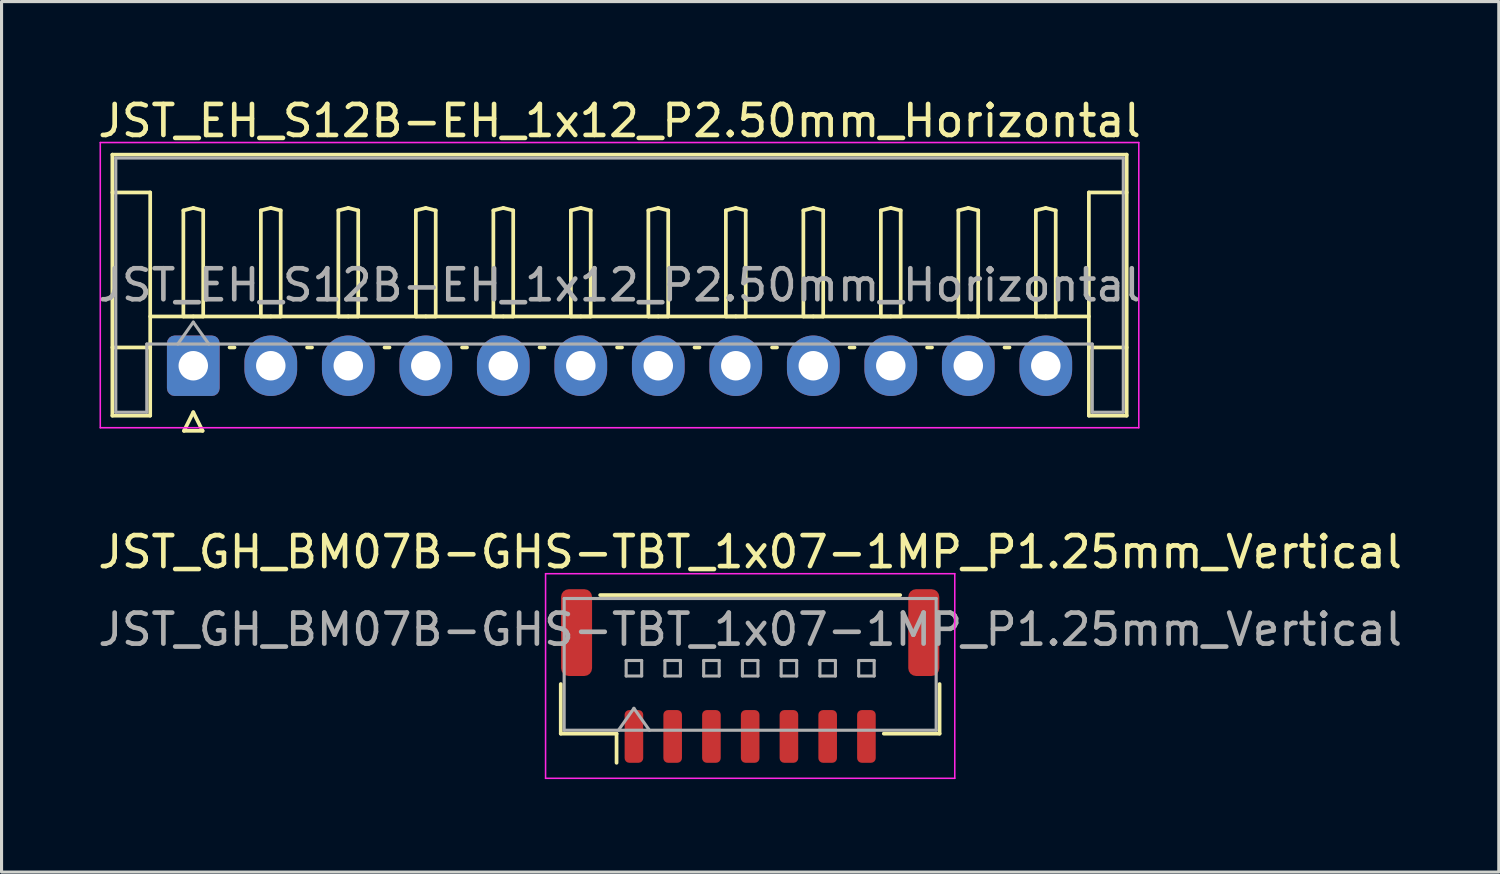
<source format=kicad_pcb>
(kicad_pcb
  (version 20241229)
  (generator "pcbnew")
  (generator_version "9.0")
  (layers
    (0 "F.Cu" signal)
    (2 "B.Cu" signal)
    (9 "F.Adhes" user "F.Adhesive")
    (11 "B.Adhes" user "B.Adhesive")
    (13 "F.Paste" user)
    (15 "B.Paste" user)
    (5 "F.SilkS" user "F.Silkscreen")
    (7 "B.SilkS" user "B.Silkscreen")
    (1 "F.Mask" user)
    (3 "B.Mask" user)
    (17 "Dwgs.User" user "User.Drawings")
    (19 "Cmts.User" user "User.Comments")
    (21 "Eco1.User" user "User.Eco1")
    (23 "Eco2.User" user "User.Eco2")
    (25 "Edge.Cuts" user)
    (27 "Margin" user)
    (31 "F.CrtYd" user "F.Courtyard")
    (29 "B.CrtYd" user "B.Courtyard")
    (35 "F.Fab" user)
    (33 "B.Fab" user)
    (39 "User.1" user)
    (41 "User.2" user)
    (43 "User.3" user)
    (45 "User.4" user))
  (footprint "JST_GH_BM07B-GHS-TBT_1x07-1MP_P1.25mm_Vertical"
    (layer "F.Cu")
    (at 21.149 18.756)
    (property "Reference" "JST_GH_BM07B-GHS-TBT_1x07-1MP_P1.25mm_Vertical" (at 0 -4 0) (layer "F.SilkS") (effects (font (size 1 1) (thickness 0.15))))
    (attr smd)
    (fp_line (start -6.11 0.26) (end -6.11 1.86) (stroke (width 0.12) (type solid)) (layer "F.SilkS"))
    (fp_line (start -6.11 1.86) (end -4.31 1.86) (stroke (width 0.12) (type solid)) (layer "F.SilkS"))
    (fp_line (start -4.84 -2.61) (end 4.84 -2.61) (stroke (width 0.12) (type solid)) (layer "F.SilkS"))
    (fp_line (start -4.31 1.86) (end -4.31 2.8) (stroke (width 0.12) (type solid)) (layer "F.SilkS"))
    (fp_line (start 6.11 0.26) (end 6.11 1.86) (stroke (width 0.12) (type solid)) (layer "F.SilkS"))
    (fp_line (start 6.11 1.86) (end 4.31 1.86) (stroke (width 0.12) (type solid)) (layer "F.SilkS"))
    (fp_line (start -6.6 -3.3) (end -6.6 3.3) (stroke (width 0.05) (type solid)) (layer "F.CrtYd"))
    (fp_line (start -6.6 3.3) (end 6.6 3.3) (stroke (width 0.05) (type solid)) (layer "F.CrtYd"))
    (fp_line (start 6.6 -3.3) (end -6.6 -3.3) (stroke (width 0.05) (type solid)) (layer "F.CrtYd"))
    (fp_line (start 6.6 3.3) (end 6.6 -3.3) (stroke (width 0.05) (type solid)) (layer "F.CrtYd"))
    (fp_line (start -6 -2.5) (end 6 -2.5) (stroke (width 0.1) (type solid)) (layer "F.Fab"))
    (fp_line (start -6 1.75) (end -6 -2.5) (stroke (width 0.1) (type solid)) (layer "F.Fab"))
    (fp_line (start -6 1.75) (end 6 1.75) (stroke (width 0.1) (type solid)) (layer "F.Fab"))
    (fp_line (start -4.25 1.75) (end -3.75 1.043) (stroke (width 0.1) (type solid)) (layer "F.Fab"))
    (fp_line (start -4 -0.5) (end -4 0) (stroke (width 0.1) (type solid)) (layer "F.Fab"))
    (fp_line (start -4 0) (end -3.5 0) (stroke (width 0.1) (type solid)) (layer "F.Fab"))
    (fp_line (start -3.75 1.043) (end -3.25 1.75) (stroke (width 0.1) (type solid)) (layer "F.Fab"))
    (fp_line (start -3.5 -0.5) (end -4 -0.5) (stroke (width 0.1) (type solid)) (layer "F.Fab"))
    (fp_line (start -3.5 0) (end -3.5 -0.5) (stroke (width 0.1) (type solid)) (layer "F.Fab"))
    (fp_line (start -2.75 -0.5) (end -2.75 0) (stroke (width 0.1) (type solid)) (layer "F.Fab"))
    (fp_line (start -2.75 0) (end -2.25 0) (stroke (width 0.1) (type solid)) (layer "F.Fab"))
    (fp_line (start -2.25 -0.5) (end -2.75 -0.5) (stroke (width 0.1) (type solid)) (layer "F.Fab"))
    (fp_line (start -2.25 0) (end -2.25 -0.5) (stroke (width 0.1) (type solid)) (layer "F.Fab"))
    (fp_line (start -1.5 -0.5) (end -1.5 0) (stroke (width 0.1) (type solid)) (layer "F.Fab"))
    (fp_line (start -1.5 0) (end -1 0) (stroke (width 0.1) (type solid)) (layer "F.Fab"))
    (fp_line (start -1 -0.5) (end -1.5 -0.5) (stroke (width 0.1) (type solid)) (layer "F.Fab"))
    (fp_line (start -1 0) (end -1 -0.5) (stroke (width 0.1) (type solid)) (layer "F.Fab"))
    (fp_line (start -0.25 -0.5) (end -0.25 0) (stroke (width 0.1) (type solid)) (layer "F.Fab"))
    (fp_line (start -0.25 0) (end 0.25 0) (stroke (width 0.1) (type solid)) (layer "F.Fab"))
    (fp_line (start 0.25 -0.5) (end -0.25 -0.5) (stroke (width 0.1) (type solid)) (layer "F.Fab"))
    (fp_line (start 0.25 0) (end 0.25 -0.5) (stroke (width 0.1) (type solid)) (layer "F.Fab"))
    (fp_line (start 1 -0.5) (end 1 0) (stroke (width 0.1) (type solid)) (layer "F.Fab"))
    (fp_line (start 1 0) (end 1.5 0) (stroke (width 0.1) (type solid)) (layer "F.Fab"))
    (fp_line (start 1.5 -0.5) (end 1 -0.5) (stroke (width 0.1) (type solid)) (layer "F.Fab"))
    (fp_line (start 1.5 0) (end 1.5 -0.5) (stroke (width 0.1) (type solid)) (layer "F.Fab"))
    (fp_line (start 2.25 -0.5) (end 2.25 0) (stroke (width 0.1) (type solid)) (layer "F.Fab"))
    (fp_line (start 2.25 0) (end 2.75 0) (stroke (width 0.1) (type solid)) (layer "F.Fab"))
    (fp_line (start 2.75 -0.5) (end 2.25 -0.5) (stroke (width 0.1) (type solid)) (layer "F.Fab"))
    (fp_line (start 2.75 0) (end 2.75 -0.5) (stroke (width 0.1) (type solid)) (layer "F.Fab"))
    (fp_line (start 3.5 -0.5) (end 3.5 0) (stroke (width 0.1) (type solid)) (layer "F.Fab"))
    (fp_line (start 3.5 0) (end 4 0) (stroke (width 0.1) (type solid)) (layer "F.Fab"))
    (fp_line (start 4 -0.5) (end 3.5 -0.5) (stroke (width 0.1) (type solid)) (layer "F.Fab"))
    (fp_line (start 4 0) (end 4 -0.5) (stroke (width 0.1) (type solid)) (layer "F.Fab"))
    (fp_line (start 6 1.75) (end 6 -2.5) (stroke (width 0.1) (type solid)) (layer "F.Fab"))
    (fp_text user "${REFERENCE}" (at 0 -1.5 0) (layer "F.Fab") (effects (font (size 1 1) (thickness 0.15))))
    (pad "1" smd roundrect (at -3.75 1.95) (size 0.6 1.7) (layers "F.Cu" "F.Mask" "F.Paste") (roundrect_rratio 0.25))
    (pad "2" smd roundrect (at -2.5 1.95) (size 0.6 1.7) (layers "F.Cu" "F.Mask" "F.Paste") (roundrect_rratio 0.25))
    (pad "3" smd roundrect (at -1.25 1.95) (size 0.6 1.7) (layers "F.Cu" "F.Mask" "F.Paste") (roundrect_rratio 0.25))
    (pad "4" smd roundrect (at 0 1.95) (size 0.6 1.7) (layers "F.Cu" "F.Mask" "F.Paste") (roundrect_rratio 0.25))
    (pad "5" smd roundrect (at 1.25 1.95) (size 0.6 1.7) (layers "F.Cu" "F.Mask" "F.Paste") (roundrect_rratio 0.25))
    (pad "6" smd roundrect (at 2.5 1.95) (size 0.6 1.7) (layers "F.Cu" "F.Mask" "F.Paste") (roundrect_rratio 0.25))
    (pad "7" smd roundrect (at 3.75 1.95) (size 0.6 1.7) (layers "F.Cu" "F.Mask" "F.Paste") (roundrect_rratio 0.25))
    (pad "MP" smd roundrect (at -5.6 -1.4) (size 1 2.8) (layers "F.Cu" "F.Mask" "F.Paste") (roundrect_rratio 0.25))
    (pad "MP" smd roundrect (at 5.6 -1.4) (size 1 2.8) (layers "F.Cu" "F.Mask" "F.Paste") (roundrect_rratio 0.25)))
  (footprint "JST_EH_S12B-EH_1x12_P2.50mm_Horizontal"
    (layer "F.Cu")
    (at 3.185 8.748)
    (property "Reference" "JST_EH_S12B-EH_1x12_P2.50mm_Horizontal" (at 13.75 -7.9 0) (layer "F.SilkS") (effects (font (size 1 1) (thickness 0.15))))
    (attr through_hole)
    (fp_line (start -2.61 -6.81) (end 30.11 -6.81) (stroke (width 0.12) (type solid)) (layer "F.SilkS"))
    (fp_line (start -2.61 -5.59) (end -1.39 -5.59) (stroke (width 0.12) (type solid)) (layer "F.SilkS"))
    (fp_line (start -2.61 1.61) (end -2.61 -6.81) (stroke (width 0.12) (type solid)) (layer "F.SilkS"))
    (fp_line (start -1.39 -5.59) (end -1.39 -0.59) (stroke (width 0.12) (type solid)) (layer "F.SilkS"))
    (fp_line (start -1.39 -1.59) (end 28.89 -1.59) (stroke (width 0.12) (type solid)) (layer "F.SilkS"))
    (fp_line (start -1.39 -0.59) (end -2.61 -0.59) (stroke (width 0.12) (type solid)) (layer "F.SilkS"))
    (fp_line (start -1.39 -0.59) (end -1.39 1.61) (stroke (width 0.12) (type solid)) (layer "F.SilkS"))
    (fp_line (start -1.39 1.61) (end -2.61 1.61) (stroke (width 0.12) (type solid)) (layer "F.SilkS"))
    (fp_line (start -0.32 -5.01) (end 0 -5.09) (stroke (width 0.12) (type solid)) (layer "F.SilkS"))
    (fp_line (start -0.32 -1.59) (end -0.32 -5.01) (stroke (width 0.12) (type solid)) (layer "F.SilkS"))
    (fp_line (start -0.3 2.1) (end 0.3 2.1) (stroke (width 0.12) (type solid)) (layer "F.SilkS"))
    (fp_line (start 0 -5.09) (end 0.32 -5.01) (stroke (width 0.12) (type solid)) (layer "F.SilkS"))
    (fp_line (start 0 -1.59) (end -0.32 -1.59) (stroke (width 0.12) (type solid)) (layer "F.SilkS"))
    (fp_line (start 0 1.5) (end -0.3 2.1) (stroke (width 0.12) (type solid)) (layer "F.SilkS"))
    (fp_line (start 0.3 2.1) (end 0 1.5) (stroke (width 0.12) (type solid)) (layer "F.SilkS"))
    (fp_line (start 0.32 -5.01) (end 0.32 -1.59) (stroke (width 0.12) (type solid)) (layer "F.SilkS"))
    (fp_line (start 0.32 -1.59) (end 0 -1.59) (stroke (width 0.12) (type solid)) (layer "F.SilkS"))
    (fp_line (start 1.17 -0.59) (end 1.33 -0.59) (stroke (width 0.12) (type solid)) (layer "F.SilkS"))
    (fp_line (start 2.18 -5.01) (end 2.5 -5.09) (stroke (width 0.12) (type solid)) (layer "F.SilkS"))
    (fp_line (start 2.18 -1.59) (end 2.18 -5.01) (stroke (width 0.12) (type solid)) (layer "F.SilkS"))
    (fp_line (start 2.5 -5.09) (end 2.82 -5.01) (stroke (width 0.12) (type solid)) (layer "F.SilkS"))
    (fp_line (start 2.5 -1.59) (end 2.18 -1.59) (stroke (width 0.12) (type solid)) (layer "F.SilkS"))
    (fp_line (start 2.82 -5.01) (end 2.82 -1.59) (stroke (width 0.12) (type solid)) (layer "F.SilkS"))
    (fp_line (start 2.82 -1.59) (end 2.5 -1.59) (stroke (width 0.12) (type solid)) (layer "F.SilkS"))
    (fp_line (start 3.67 -0.59) (end 3.83 -0.59) (stroke (width 0.12) (type solid)) (layer "F.SilkS"))
    (fp_line (start 4.68 -5.01) (end 5 -5.09) (stroke (width 0.12) (type solid)) (layer "F.SilkS"))
    (fp_line (start 4.68 -1.59) (end 4.68 -5.01) (stroke (width 0.12) (type solid)) (layer "F.SilkS"))
    (fp_line (start 5 -5.09) (end 5.32 -5.01) (stroke (width 0.12) (type solid)) (layer "F.SilkS"))
    (fp_line (start 5 -1.59) (end 4.68 -1.59) (stroke (width 0.12) (type solid)) (layer "F.SilkS"))
    (fp_line (start 5.32 -5.01) (end 5.32 -1.59) (stroke (width 0.12) (type solid)) (layer "F.SilkS"))
    (fp_line (start 5.32 -1.59) (end 5 -1.59) (stroke (width 0.12) (type solid)) (layer "F.SilkS"))
    (fp_line (start 6.17 -0.59) (end 6.33 -0.59) (stroke (width 0.12) (type solid)) (layer "F.SilkS"))
    (fp_line (start 7.18 -5.01) (end 7.5 -5.09) (stroke (width 0.12) (type solid)) (layer "F.SilkS"))
    (fp_line (start 7.18 -1.59) (end 7.18 -5.01) (stroke (width 0.12) (type solid)) (layer "F.SilkS"))
    (fp_line (start 7.5 -5.09) (end 7.82 -5.01) (stroke (width 0.12) (type solid)) (layer "F.SilkS"))
    (fp_line (start 7.5 -1.59) (end 7.18 -1.59) (stroke (width 0.12) (type solid)) (layer "F.SilkS"))
    (fp_line (start 7.82 -5.01) (end 7.82 -1.59) (stroke (width 0.12) (type solid)) (layer "F.SilkS"))
    (fp_line (start 7.82 -1.59) (end 7.5 -1.59) (stroke (width 0.12) (type solid)) (layer "F.SilkS"))
    (fp_line (start 8.67 -0.59) (end 8.83 -0.59) (stroke (width 0.12) (type solid)) (layer "F.SilkS"))
    (fp_line (start 9.68 -5.01) (end 10 -5.09) (stroke (width 0.12) (type solid)) (layer "F.SilkS"))
    (fp_line (start 9.68 -1.59) (end 9.68 -5.01) (stroke (width 0.12) (type solid)) (layer "F.SilkS"))
    (fp_line (start 10 -5.09) (end 10.32 -5.01) (stroke (width 0.12) (type solid)) (layer "F.SilkS"))
    (fp_line (start 10 -1.59) (end 9.68 -1.59) (stroke (width 0.12) (type solid)) (layer "F.SilkS"))
    (fp_line (start 10.32 -5.01) (end 10.32 -1.59) (stroke (width 0.12) (type solid)) (layer "F.SilkS"))
    (fp_line (start 10.32 -1.59) (end 10 -1.59) (stroke (width 0.12) (type solid)) (layer "F.SilkS"))
    (fp_line (start 11.17 -0.59) (end 11.33 -0.59) (stroke (width 0.12) (type solid)) (layer "F.SilkS"))
    (fp_line (start 12.18 -5.01) (end 12.5 -5.09) (stroke (width 0.12) (type solid)) (layer "F.SilkS"))
    (fp_line (start 12.18 -1.59) (end 12.18 -5.01) (stroke (width 0.12) (type solid)) (layer "F.SilkS"))
    (fp_line (start 12.5 -5.09) (end 12.82 -5.01) (stroke (width 0.12) (type solid)) (layer "F.SilkS"))
    (fp_line (start 12.5 -1.59) (end 12.18 -1.59) (stroke (width 0.12) (type solid)) (layer "F.SilkS"))
    (fp_line (start 12.82 -5.01) (end 12.82 -1.59) (stroke (width 0.12) (type solid)) (layer "F.SilkS"))
    (fp_line (start 12.82 -1.59) (end 12.5 -1.59) (stroke (width 0.12) (type solid)) (layer "F.SilkS"))
    (fp_line (start 13.67 -0.59) (end 13.83 -0.59) (stroke (width 0.12) (type solid)) (layer "F.SilkS"))
    (fp_line (start 14.68 -5.01) (end 15 -5.09) (stroke (width 0.12) (type solid)) (layer "F.SilkS"))
    (fp_line (start 14.68 -1.59) (end 14.68 -5.01) (stroke (width 0.12) (type solid)) (layer "F.SilkS"))
    (fp_line (start 15 -5.09) (end 15.32 -5.01) (stroke (width 0.12) (type solid)) (layer "F.SilkS"))
    (fp_line (start 15 -1.59) (end 14.68 -1.59) (stroke (width 0.12) (type solid)) (layer "F.SilkS"))
    (fp_line (start 15.32 -5.01) (end 15.32 -1.59) (stroke (width 0.12) (type solid)) (layer "F.SilkS"))
    (fp_line (start 15.32 -1.59) (end 15 -1.59) (stroke (width 0.12) (type solid)) (layer "F.SilkS"))
    (fp_line (start 16.17 -0.59) (end 16.33 -0.59) (stroke (width 0.12) (type solid)) (layer "F.SilkS"))
    (fp_line (start 17.18 -5.01) (end 17.5 -5.09) (stroke (width 0.12) (type solid)) (layer "F.SilkS"))
    (fp_line (start 17.18 -1.59) (end 17.18 -5.01) (stroke (width 0.12) (type solid)) (layer "F.SilkS"))
    (fp_line (start 17.5 -5.09) (end 17.82 -5.01) (stroke (width 0.12) (type solid)) (layer "F.SilkS"))
    (fp_line (start 17.5 -1.59) (end 17.18 -1.59) (stroke (width 0.12) (type solid)) (layer "F.SilkS"))
    (fp_line (start 17.82 -5.01) (end 17.82 -1.59) (stroke (width 0.12) (type solid)) (layer "F.SilkS"))
    (fp_line (start 17.82 -1.59) (end 17.5 -1.59) (stroke (width 0.12) (type solid)) (layer "F.SilkS"))
    (fp_line (start 18.67 -0.59) (end 18.83 -0.59) (stroke (width 0.12) (type solid)) (layer "F.SilkS"))
    (fp_line (start 19.68 -5.01) (end 20 -5.09) (stroke (width 0.12) (type solid)) (layer "F.SilkS"))
    (fp_line (start 19.68 -1.59) (end 19.68 -5.01) (stroke (width 0.12) (type solid)) (layer "F.SilkS"))
    (fp_line (start 20 -5.09) (end 20.32 -5.01) (stroke (width 0.12) (type solid)) (layer "F.SilkS"))
    (fp_line (start 20 -1.59) (end 19.68 -1.59) (stroke (width 0.12) (type solid)) (layer "F.SilkS"))
    (fp_line (start 20.32 -5.01) (end 20.32 -1.59) (stroke (width 0.12) (type solid)) (layer "F.SilkS"))
    (fp_line (start 20.32 -1.59) (end 20 -1.59) (stroke (width 0.12) (type solid)) (layer "F.SilkS"))
    (fp_line (start 21.17 -0.59) (end 21.33 -0.59) (stroke (width 0.12) (type solid)) (layer "F.SilkS"))
    (fp_line (start 22.18 -5.01) (end 22.5 -5.09) (stroke (width 0.12) (type solid)) (layer "F.SilkS"))
    (fp_line (start 22.18 -1.59) (end 22.18 -5.01) (stroke (width 0.12) (type solid)) (layer "F.SilkS"))
    (fp_line (start 22.5 -5.09) (end 22.82 -5.01) (stroke (width 0.12) (type solid)) (layer "F.SilkS"))
    (fp_line (start 22.5 -1.59) (end 22.18 -1.59) (stroke (width 0.12) (type solid)) (layer "F.SilkS"))
    (fp_line (start 22.82 -5.01) (end 22.82 -1.59) (stroke (width 0.12) (type solid)) (layer "F.SilkS"))
    (fp_line (start 22.82 -1.59) (end 22.5 -1.59) (stroke (width 0.12) (type solid)) (layer "F.SilkS"))
    (fp_line (start 23.67 -0.59) (end 23.83 -0.59) (stroke (width 0.12) (type solid)) (layer "F.SilkS"))
    (fp_line (start 24.68 -5.01) (end 25 -5.09) (stroke (width 0.12) (type solid)) (layer "F.SilkS"))
    (fp_line (start 24.68 -1.59) (end 24.68 -5.01) (stroke (width 0.12) (type solid)) (layer "F.SilkS"))
    (fp_line (start 25 -5.09) (end 25.32 -5.01) (stroke (width 0.12) (type solid)) (layer "F.SilkS"))
    (fp_line (start 25 -1.59) (end 24.68 -1.59) (stroke (width 0.12) (type solid)) (layer "F.SilkS"))
    (fp_line (start 25.32 -5.01) (end 25.32 -1.59) (stroke (width 0.12) (type solid)) (layer "F.SilkS"))
    (fp_line (start 25.32 -1.59) (end 25 -1.59) (stroke (width 0.12) (type solid)) (layer "F.SilkS"))
    (fp_line (start 26.17 -0.59) (end 26.33 -0.59) (stroke (width 0.12) (type solid)) (layer "F.SilkS"))
    (fp_line (start 27.18 -5.01) (end 27.5 -5.09) (stroke (width 0.12) (type solid)) (layer "F.SilkS"))
    (fp_line (start 27.18 -1.59) (end 27.18 -5.01) (stroke (width 0.12) (type solid)) (layer "F.SilkS"))
    (fp_line (start 27.5 -5.09) (end 27.82 -5.01) (stroke (width 0.12) (type solid)) (layer "F.SilkS"))
    (fp_line (start 27.5 -1.59) (end 27.18 -1.59) (stroke (width 0.12) (type solid)) (layer "F.SilkS"))
    (fp_line (start 27.82 -5.01) (end 27.82 -1.59) (stroke (width 0.12) (type solid)) (layer "F.SilkS"))
    (fp_line (start 27.82 -1.59) (end 27.5 -1.59) (stroke (width 0.12) (type solid)) (layer "F.SilkS"))
    (fp_line (start 28.89 -5.59) (end 28.89 -0.59) (stroke (width 0.12) (type solid)) (layer "F.SilkS"))
    (fp_line (start 28.89 -0.59) (end 30.11 -0.59) (stroke (width 0.12) (type solid)) (layer "F.SilkS"))
    (fp_line (start 28.89 1.61) (end 28.89 -0.59) (stroke (width 0.12) (type solid)) (layer "F.SilkS"))
    (fp_line (start 30.11 -6.81) (end 30.11 1.61) (stroke (width 0.12) (type solid)) (layer "F.SilkS"))
    (fp_line (start 30.11 -5.59) (end 28.89 -5.59) (stroke (width 0.12) (type solid)) (layer "F.SilkS"))
    (fp_line (start 30.11 1.61) (end 28.89 1.61) (stroke (width 0.12) (type solid)) (layer "F.SilkS"))
    (fp_line (start -3 -7.2) (end -3 2) (stroke (width 0.05) (type solid)) (layer "F.CrtYd"))
    (fp_line (start -3 2) (end 30.5 2) (stroke (width 0.05) (type solid)) (layer "F.CrtYd"))
    (fp_line (start 30.5 -7.2) (end -3 -7.2) (stroke (width 0.05) (type solid)) (layer "F.CrtYd"))
    (fp_line (start 30.5 2) (end 30.5 -7.2) (stroke (width 0.05) (type solid)) (layer "F.CrtYd"))
    (fp_line (start -2.5 -6.7) (end 30 -6.7) (stroke (width 0.1) (type solid)) (layer "F.Fab"))
    (fp_line (start -2.5 1.5) (end -2.5 -6.7) (stroke (width 0.1) (type solid)) (layer "F.Fab"))
    (fp_line (start -1.5 -0.7) (end -1.5 1.5) (stroke (width 0.1) (type solid)) (layer "F.Fab"))
    (fp_line (start -1.5 1.5) (end -2.5 1.5) (stroke (width 0.1) (type solid)) (layer "F.Fab"))
    (fp_line (start -0.5 -0.7) (end 0 -1.407) (stroke (width 0.1) (type solid)) (layer "F.Fab"))
    (fp_line (start 0 -1.407) (end 0.5 -0.7) (stroke (width 0.1) (type solid)) (layer "F.Fab"))
    (fp_line (start 29 -0.7) (end -1.5 -0.7) (stroke (width 0.1) (type solid)) (layer "F.Fab"))
    (fp_line (start 29 1.5) (end 29 -0.7) (stroke (width 0.1) (type solid)) (layer "F.Fab"))
    (fp_line (start 30 -6.7) (end 30 1.5) (stroke (width 0.1) (type solid)) (layer "F.Fab"))
    (fp_line (start 30 1.5) (end 29 1.5) (stroke (width 0.1) (type solid)) (layer "F.Fab"))
    (fp_text user "${REFERENCE}" (at 13.75 -2.6 0) (layer "F.Fab") (effects (font (size 1 1) (thickness 0.15))))
    (pad "1" thru_hole roundrect (at 0 0) (size 1.7 1.95) (drill 0.95) (layers "*.Cu" "*.Mask") (roundrect_rratio 0.147))
    (pad "2" thru_hole oval (at 2.5 0) (size 1.7 1.95) (drill 0.95) (layers "*.Cu" "*.Mask"))
    (pad "3" thru_hole oval (at 5 0) (size 1.7 1.95) (drill 0.95) (layers "*.Cu" "*.Mask"))
    (pad "4" thru_hole oval (at 7.5 0) (size 1.7 1.95) (drill 0.95) (layers "*.Cu" "*.Mask"))
    (pad "5" thru_hole oval (at 10 0) (size 1.7 1.95) (drill 0.95) (layers "*.Cu" "*.Mask"))
    (pad "6" thru_hole oval (at 12.5 0) (size 1.7 1.95) (drill 0.95) (layers "*.Cu" "*.Mask"))
    (pad "7" thru_hole oval (at 15 0) (size 1.7 1.95) (drill 0.95) (layers "*.Cu" "*.Mask"))
    (pad "8" thru_hole oval (at 17.5 0) (size 1.7 1.95) (drill 0.95) (layers "*.Cu" "*.Mask"))
    (pad "9" thru_hole oval (at 20 0) (size 1.7 1.95) (drill 0.95) (layers "*.Cu" "*.Mask"))
    (pad "10" thru_hole oval (at 22.5 0) (size 1.7 1.95) (drill 0.95) (layers "*.Cu" "*.Mask"))
    (pad "11" thru_hole oval (at 25 0) (size 1.7 1.95) (drill 0.95) (layers "*.Cu" "*.Mask"))
    (pad "12" thru_hole oval (at 27.5 0) (size 1.7 1.95) (drill 0.95) (layers "*.Cu" "*.Mask")))
  (gr_rect
    (start -3 -3)
    (end 45.298 25.081)
    (stroke (width 0.1) (type default))
    (fill no)
    (layer "Edge.Cuts")))
</source>
